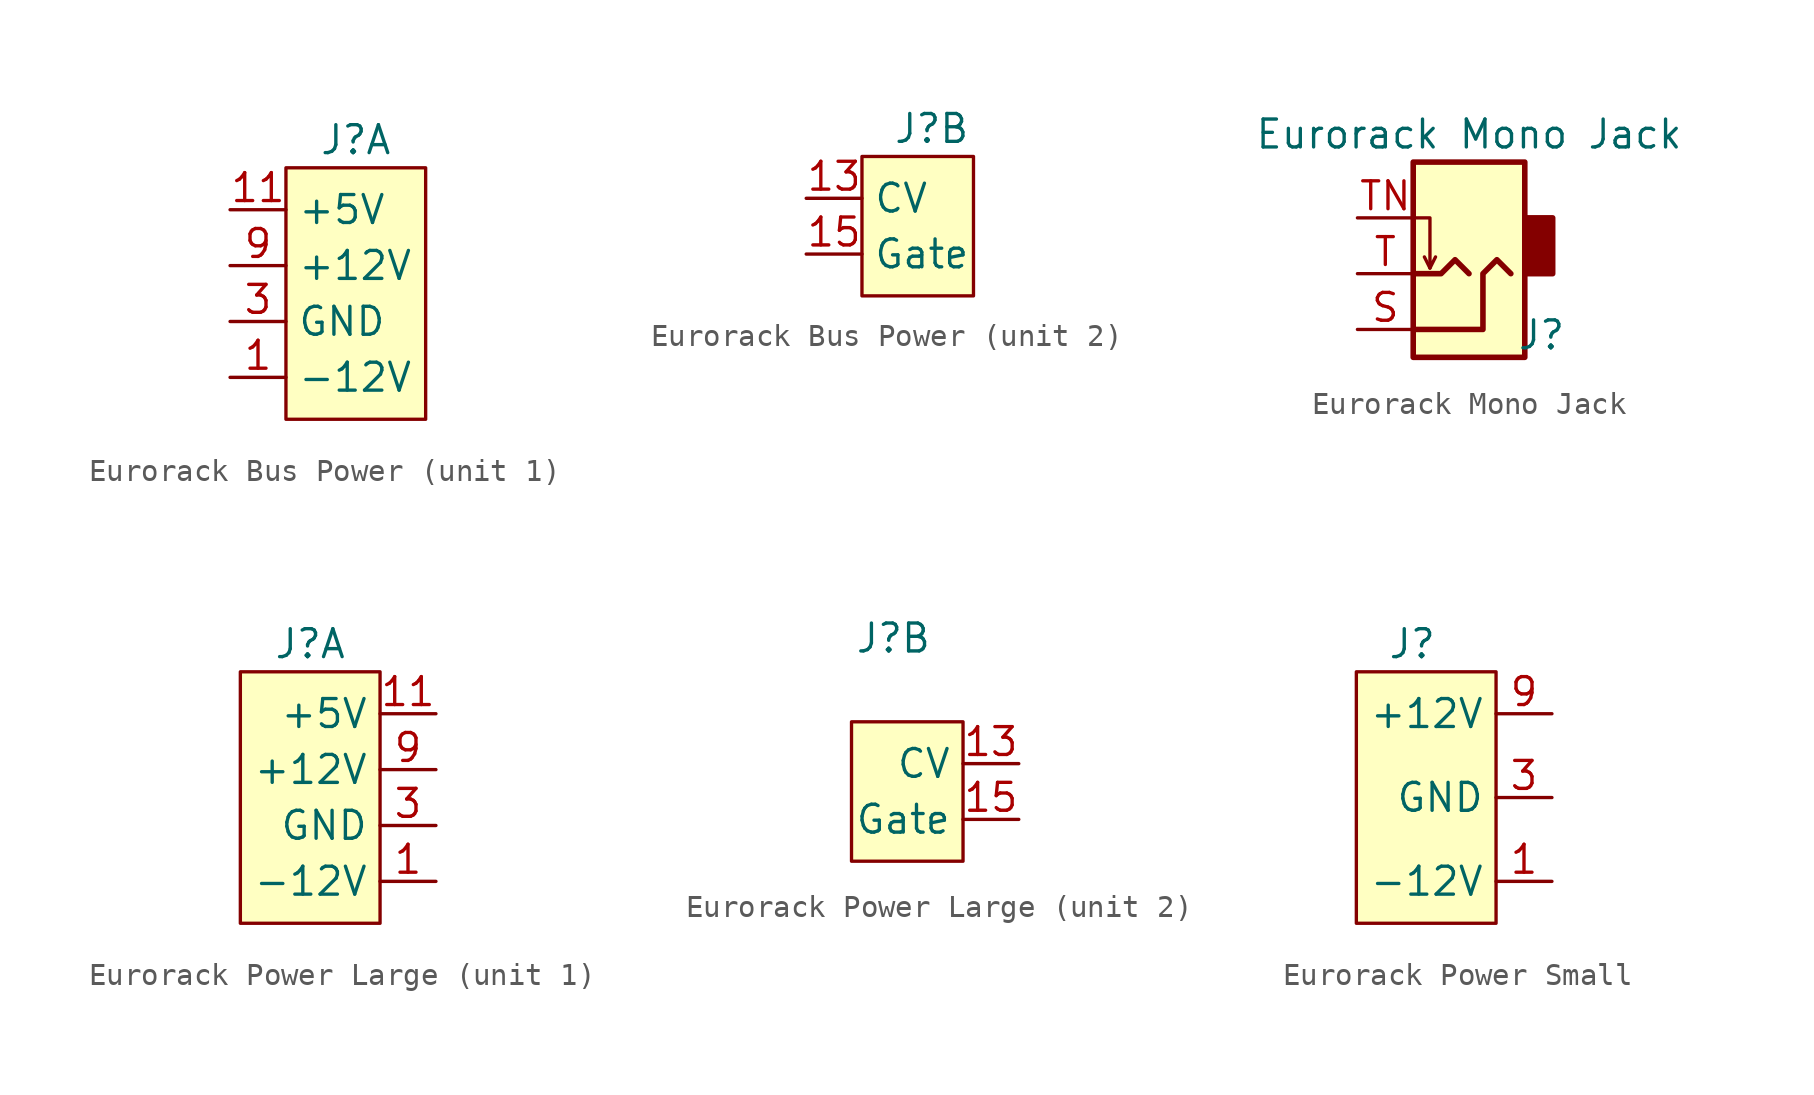
<source format=kicad_sym>
(kicad_symbol_lib
  (version 20211014)
  (generator kicad_symbol_editor)
  (symbol "Eurorack Bus Power"
    (property "Reference" "J"
      (at 3.175 5.715 0)
      (effects (font (size 1.27 1.27))))
    (property "ki_locked" ""
      (at 0 0 0)
      (effects (font (size 1.27 1.27))))
    (symbol "Eurorack Bus Power_1_1"
      (rectangle (start 0 4.445) (end 6.35 -6.985) (stroke (width 0.152) (type default) (color 0 0 0 0)) (fill (type background)))
      (pin power_in line (at -2.54 -5.08 0) (length 2.54) (name "-12V" (effects (font (size 1.27 1.27)))) (number "1" (effects (font (size 1.27 1.27)))))
      (pin passive line (at -2.54 0 0) (length 2.54) hide (name "+12V" (effects (font (size 1.27 1.27)))) (number "10" (effects (font (size 1.27 1.27)))))
      (pin power_in line (at -2.54 2.54 0) (length 2.54) (name "+5V" (effects (font (size 1.27 1.27)))) (number "11" (effects (font (size 1.27 1.27)))))
      (pin passive line (at -2.54 2.54 0) (length 2.54) hide (name "+5V" (effects (font (size 1.27 1.27)))) (number "12" (effects (font (size 1.27 1.27)))))
      (pin passive line (at -2.54 -5.08 0) (length 2.54) hide (name "-12V" (effects (font (size 1.27 1.27)))) (number "2" (effects (font (size 1.27 1.27)))))
      (pin power_in line (at -2.54 -2.54 0) (length 2.54) (name "GND" (effects (font (size 1.27 1.27)))) (number "3" (effects (font (size 1.27 1.27)))))
      (pin passive line (at -2.54 -2.54 0) (length 2.54) hide (name "GND" (effects (font (size 1.27 1.27)))) (number "4" (effects (font (size 1.27 1.27)))))
      (pin passive line (at -2.54 -2.54 0) (length 2.54) hide (name "GND" (effects (font (size 1.27 1.27)))) (number "5" (effects (font (size 1.27 1.27)))))
      (pin passive line (at -2.54 -2.54 0) (length 2.54) hide (name "GND" (effects (font (size 1.27 1.27)))) (number "6" (effects (font (size 1.27 1.27)))))
      (pin passive line (at -2.54 -2.54 0) (length 2.54) hide (name "GND" (effects (font (size 1.27 1.27)))) (number "7" (effects (font (size 1.27 1.27)))))
      (pin passive line (at -2.54 -2.54 0) (length 2.54) hide (name "GND" (effects (font (size 1.27 1.27)))) (number "8" (effects (font (size 1.27 1.27)))))
      (pin power_in line (at -2.54 0 0) (length 2.54) (name "+12V" (effects (font (size 1.27 1.27)))) (number "9" (effects (font (size 1.27 1.27))))))
    (symbol "Eurorack Bus Power_2_1"
      (rectangle (start 0 4.445) (end 5.08 -1.905) (stroke (width 0.152) (type default) (color 0 0 0 0)) (fill (type background)))
      (pin passive line (at -2.54 2.54 0) (length 2.54) (name "CV" (effects (font (size 1.27 1.27)))) (number "13" (effects (font (size 1.27 1.27)))))
      (pin passive line (at -2.54 2.54 0) (length 2.54) hide (name "CV" (effects (font (size 1.27 1.27)))) (number "14" (effects (font (size 1.27 1.27)))))
      (pin passive line (at -2.54 0 0) (length 2.54) (name "Gate" (effects (font (size 1.27 1.27)))) (number "15" (effects (font (size 1.27 1.27)))))
      (pin passive line (at -2.54 0 0) (length 2.54) hide (name "Gate" (effects (font (size 1.27 1.27)))) (number "16" (effects (font (size 1.27 1.27)))))))
  (symbol "Eurorack Mono Jack"
    (pin_names hide)
    (property "Reference" "J"
      (at 3.302 -4.064 0)
      (effects (font (size 1.27 1.27))))
    (property "Value" "Eurorack Mono Jack"
      (at 0 5.08 0)
      (effects (font (size 1.27 1.27))))
    (symbol "Eurorack Mono Jack_0_1"
      (rectangle (start -2.54 -5.08) (end 2.54 3.81) (stroke (width 0.254) (type default) (color 0 0 0 0)) (fill (type background)))
      (polyline (pts (xy -1.778 -1.016) (xy -2.032 -0.508)) (stroke (width 0) (type default) (color 0 0 0 0)) (fill (type none)))
      (polyline (pts (xy -2.54 1.27) (xy -1.778 1.27) (xy -1.778 -1.016) (xy -1.524 -0.508)) (stroke (width 0) (type default) (color 0 0 0 0)) (fill (type none)))
      (polyline (pts (xy 0 -1.27) (xy -0.635 -0.635) (xy -1.27 -1.27) (xy -2.54 -1.27)) (stroke (width 0.254) (type default) (color 0 0 0 0)) (fill (type none)))
      (polyline (pts (xy -2.54 -3.81) (xy 0.635 -3.81) (xy 0.635 -1.27) (xy 1.27 -0.635) (xy 1.905 -1.27)) (stroke (width 0.254) (type default) (color 0 0 0 0)) (fill (type none)))
      (rectangle (start 2.54 -1.27) (end 3.81 1.27) (stroke (width 0.254) (type default) (color 0 0 0 0)) (fill (type outline))))
    (symbol "Eurorack Mono Jack_1_1"
      (pin passive line (at -5.08 -3.81 0) (length 2.54) (name "Sleeve" (effects (font (size 1.27 1.27)))) (number "S" (effects (font (size 1.27 1.27)))))
      (pin passive line (at -5.08 -1.27 0) (length 2.54) (name "Tip" (effects (font (size 1.27 1.27)))) (number "T" (effects (font (size 1.27 1.27)))))
      (pin passive line (at -5.08 1.27 0) (length 2.54) (name "Tip_normalize" (effects (font (size 1.27 1.27)))) (number "TN" (effects (font (size 1.27 1.27)))))))
  (symbol "Eurorack Power Large"
    (property "Reference" "J"
      (at 0.635 8.255 0)
      (effects (font (size 1.27 1.27))))
    (property "ki_locked" ""
      (at 0 0 0)
      (effects (font (size 1.27 1.27))))
    (symbol "Eurorack Power Large_1_1"
      (rectangle (start -2.54 6.985) (end 3.81 -4.445) (stroke (width 0.152) (type default) (color 0 0 0 0)) (fill (type background)))
      (pin power_out line (at 6.35 -2.54 180) (length 2.54) (name "-12V" (effects (font (size 1.27 1.27)))) (number "1" (effects (font (size 1.27 1.27)))))
      (pin passive line (at 6.35 2.54 180) (length 2.54) hide (name "+12V" (effects (font (size 1.27 1.27)))) (number "10" (effects (font (size 1.27 1.27)))))
      (pin power_out line (at 6.35 5.08 180) (length 2.54) (name "+5V" (effects (font (size 1.27 1.27)))) (number "11" (effects (font (size 1.27 1.27)))))
      (pin passive line (at 6.35 5.08 180) (length 2.54) hide (name "+5V" (effects (font (size 1.27 1.27)))) (number "12" (effects (font (size 1.27 1.27)))))
      (pin passive line (at 6.35 -2.54 180) (length 2.54) hide (name "-12V" (effects (font (size 1.27 1.27)))) (number "2" (effects (font (size 1.27 1.27)))))
      (pin power_out line (at 6.35 0 180) (length 2.54) (name "GND" (effects (font (size 1.27 1.27)))) (number "3" (effects (font (size 1.27 1.27)))))
      (pin passive line (at 6.35 0 180) (length 2.54) hide (name "GND" (effects (font (size 1.27 1.27)))) (number "4" (effects (font (size 1.27 1.27)))))
      (pin passive line (at 6.35 0 180) (length 2.54) hide (name "GND" (effects (font (size 1.27 1.27)))) (number "5" (effects (font (size 1.27 1.27)))))
      (pin passive line (at 6.35 0 180) (length 2.54) hide (name "GND" (effects (font (size 1.27 1.27)))) (number "6" (effects (font (size 1.27 1.27)))))
      (pin passive line (at 6.35 0 180) (length 2.54) hide (name "GND" (effects (font (size 1.27 1.27)))) (number "7" (effects (font (size 1.27 1.27)))))
      (pin passive line (at 6.35 0 180) (length 2.54) hide (name "GND" (effects (font (size 1.27 1.27)))) (number "8" (effects (font (size 1.27 1.27)))))
      (pin power_out line (at 6.35 2.54 180) (length 2.54) (name "+12V" (effects (font (size 1.27 1.27)))) (number "9" (effects (font (size 1.27 1.27))))))
    (symbol "Eurorack Power Large_2_1"
      (rectangle (start -1.27 4.445) (end 3.81 -1.905) (stroke (width 0.152) (type default) (color 0 0 0 0)) (fill (type background)))
      (pin passive line (at 6.35 2.54 180) (length 2.54) (name "CV" (effects (font (size 1.27 1.27)))) (number "13" (effects (font (size 1.27 1.27)))))
      (pin passive line (at 6.35 2.54 180) (length 2.54) hide (name "CV" (effects (font (size 1.27 1.27)))) (number "14" (effects (font (size 1.27 1.27)))))
      (pin passive line (at 6.35 0 180) (length 2.54) (name "Gate" (effects (font (size 1.27 1.27)))) (number "15" (effects (font (size 1.27 1.27)))))
      (pin passive line (at 6.35 0 180) (length 2.54) hide (name "Gate" (effects (font (size 1.27 1.27)))) (number "16" (effects (font (size 1.27 1.27)))))))
  (symbol "Eurorack Power Small"
    (property "Reference" "J"
      (at 0 6.985 0)
      (effects (font (size 1.27 1.27))))
    (symbol "Eurorack Power Small_0_1"
      (rectangle (start -2.54 5.715) (end 3.81 -5.715) (stroke (width 0.152) (type default) (color 0 0 0 0)) (fill (type background))))
    (symbol "Eurorack Power Small_1_1"
      (pin power_out line (at 6.35 -3.81 180) (length 2.54) (name "-12V" (effects (font (size 1.27 1.27)))) (number "1" (effects (font (size 1.27 1.27)))))
      (pin passive line (at 6.35 3.81 180) (length 2.54) hide (name "+12V" (effects (font (size 1.27 1.27)))) (number "10" (effects (font (size 1.27 1.27)))))
      (pin passive line (at 6.35 -3.81 180) (length 2.54) hide (name "-12V" (effects (font (size 1.27 1.27)))) (number "2" (effects (font (size 1.27 1.27)))))
      (pin power_out line (at 6.35 0 180) (length 2.54) (name "GND" (effects (font (size 1.27 1.27)))) (number "3" (effects (font (size 1.27 1.27)))))
      (pin passive line (at 6.35 0 180) (length 2.54) hide (name "GND" (effects (font (size 1.27 1.27)))) (number "4" (effects (font (size 1.27 1.27)))))
      (pin passive line (at 6.35 0 180) (length 2.54) hide (name "GND" (effects (font (size 1.27 1.27)))) (number "5" (effects (font (size 1.27 1.27)))))
      (pin passive line (at 6.35 0 180) (length 2.54) hide (name "GND" (effects (font (size 1.27 1.27)))) (number "6" (effects (font (size 1.27 1.27)))))
      (pin passive line (at 6.35 0 180) (length 2.54) hide (name "GND" (effects (font (size 1.27 1.27)))) (number "7" (effects (font (size 1.27 1.27)))))
      (pin passive line (at 6.35 0 180) (length 2.54) hide (name "GND" (effects (font (size 1.27 1.27)))) (number "8" (effects (font (size 1.27 1.27)))))
      (pin power_out line (at 6.35 3.81 180) (length 2.54) (name "+12V" (effects (font (size 1.27 1.27)))) (number "9" (effects (font (size 1.27 1.27))))))))
</source>
